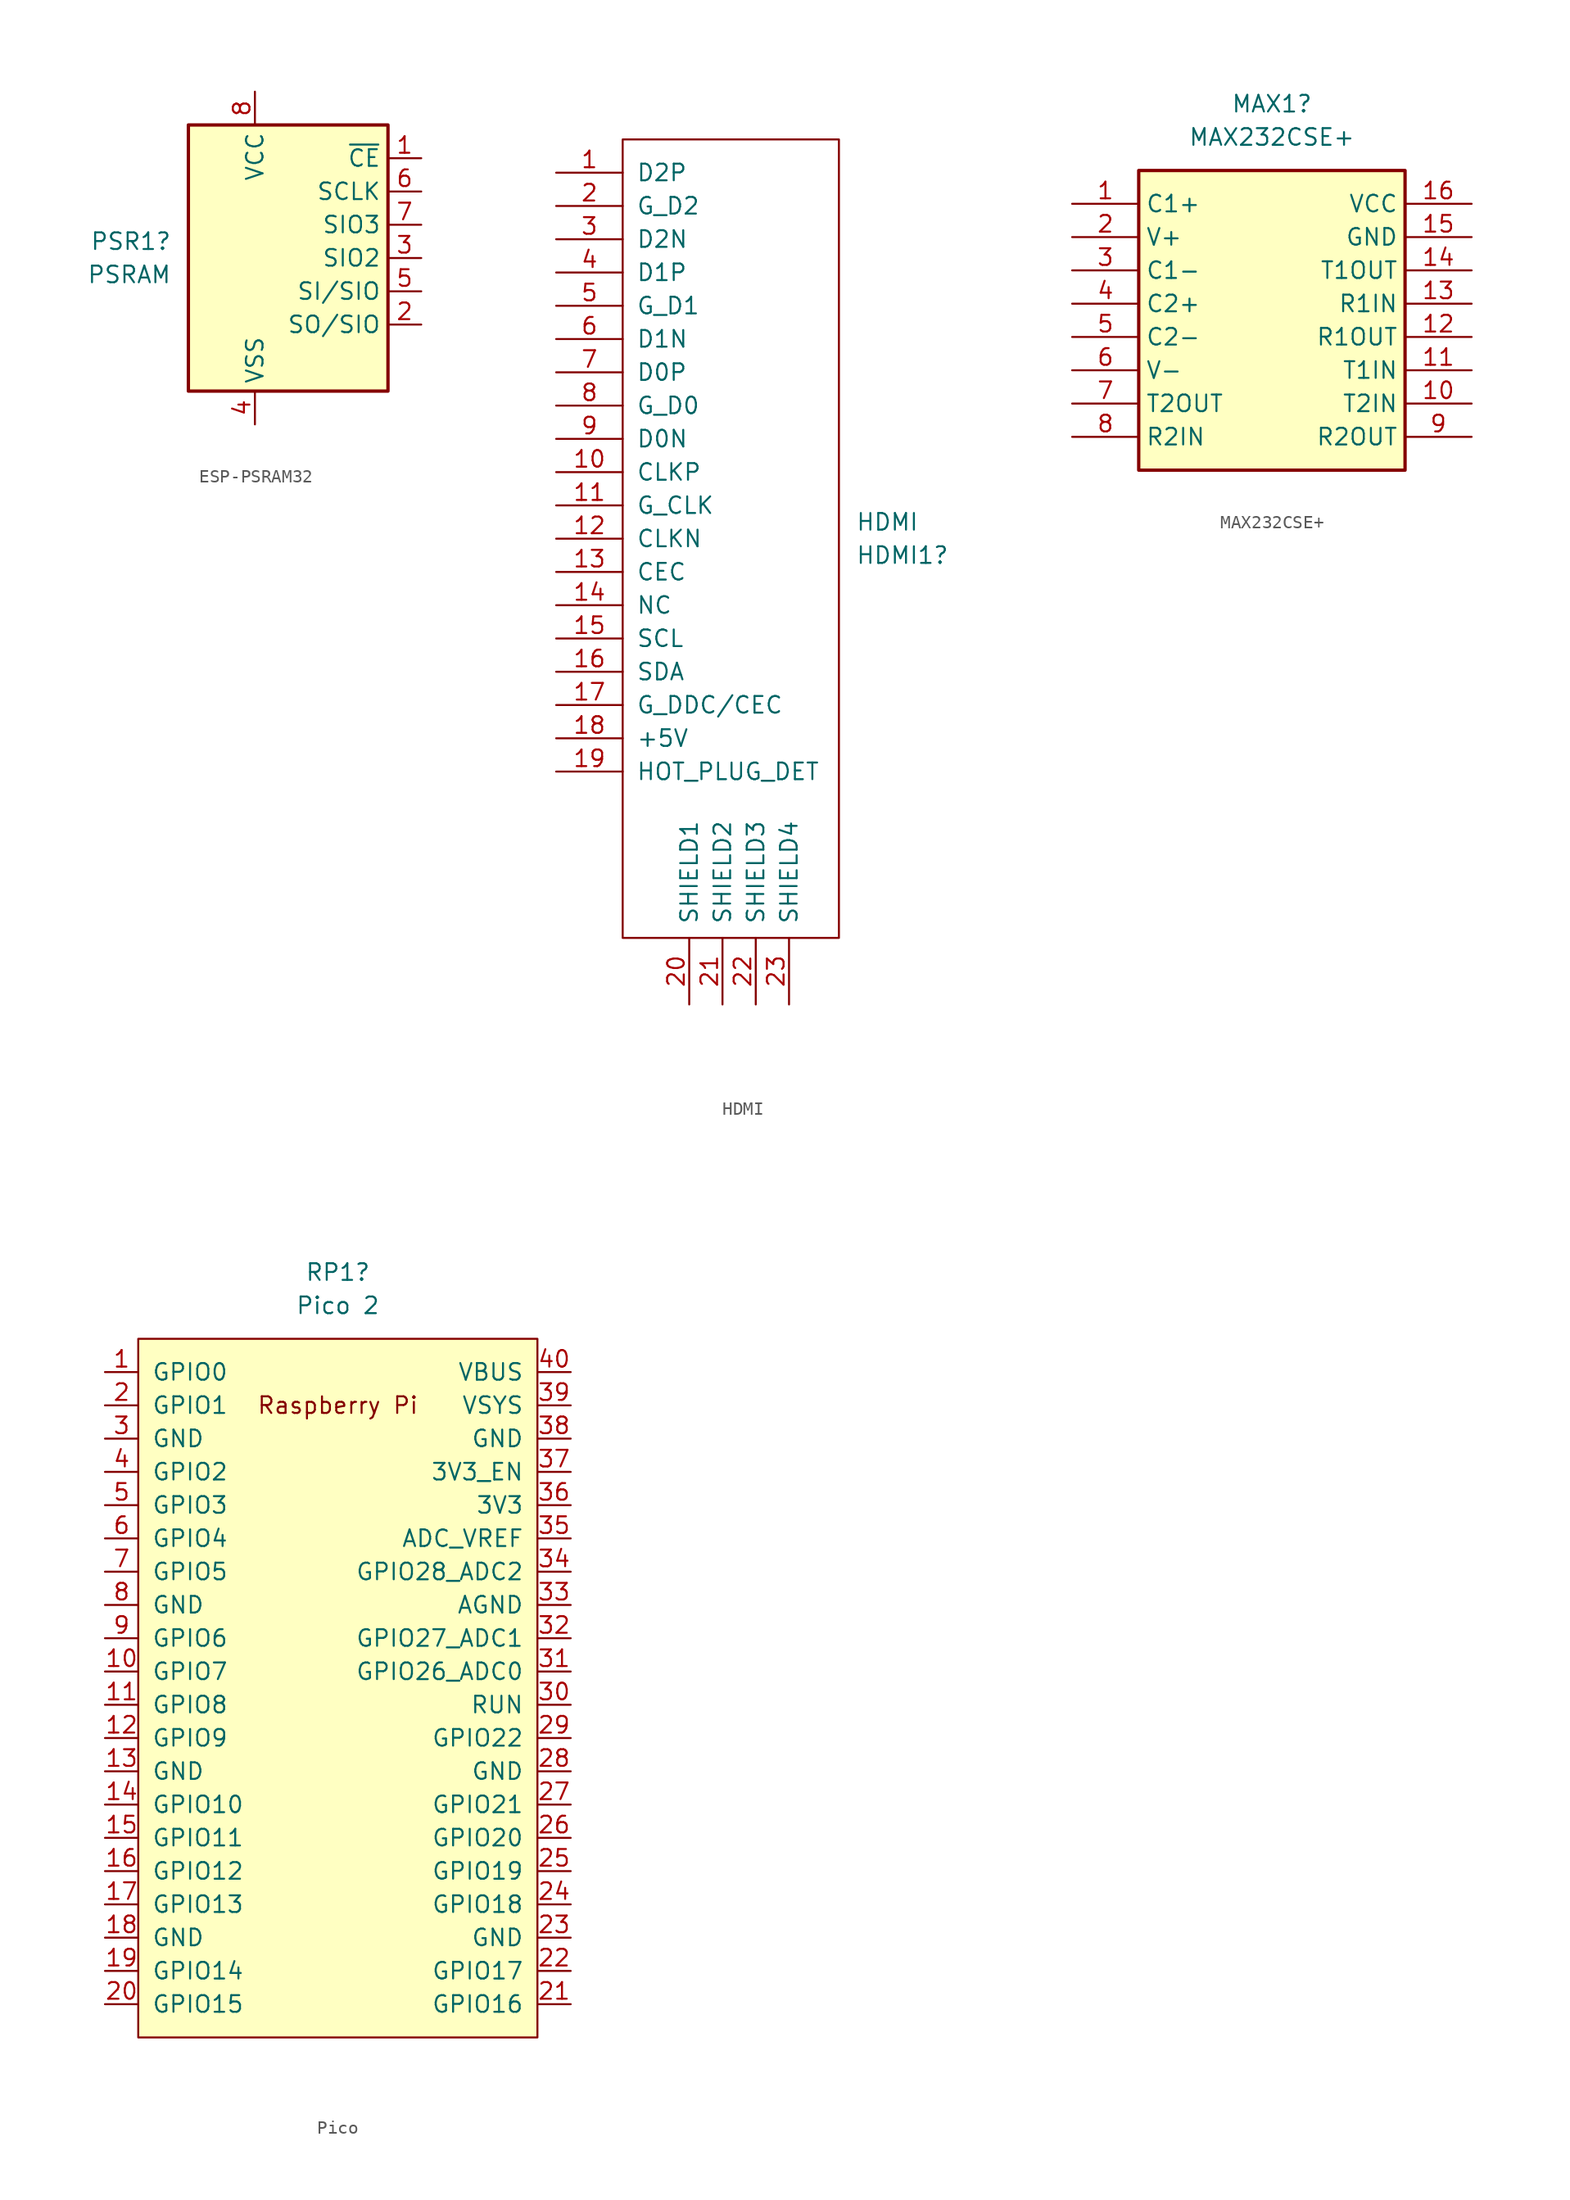
<source format=kicad_sym>
(kicad_symbol_lib
  (version 20241209)
  (generator "kicad_symbol_editor")
  (generator_version "9.0")
  (symbol "ESP-PSRAM32"
    (property "Reference" "PSR1"
      (at -8.89 1.27 0)
      (effects (font (size 1.27 1.27)) (justify right)))
    (property "Value" "PSRAM"
      (at -8.89 -1.27 0)
      (effects (font (size 1.27 1.27)) (justify right)))
    (symbol "ESP-PSRAM32_0_1"
      (rectangle (start -7.62 10.16) (end 7.62 -10.16) (stroke (width 0.254) (type default)) (fill (type background))))
    (symbol "ESP-PSRAM32_1_1"
      (pin power_in line (at -2.54 12.7 270) (length 2.54) (name "VCC" (effects (font (size 1.27 1.27)))) (number "8" (effects (font (size 1.27 1.27)))))
      (pin power_in line (at -2.54 -12.7 90) (length 2.54) (name "VSS" (effects (font (size 1.27 1.27)))) (number "4" (effects (font (size 1.27 1.27)))))
      (pin input line (at 10.16 7.62 180) (length 2.54) (name "~{CE}" (effects (font (size 1.27 1.27)))) (number "1" (effects (font (size 1.27 1.27)))))
      (pin output line (at 10.16 5.08 180) (length 2.54) (name "SCLK" (effects (font (size 1.27 1.27)))) (number "6" (effects (font (size 1.27 1.27)))))
      (pin bidirectional line (at 10.16 2.54 180) (length 2.54) (name "SIO3" (effects (font (size 1.27 1.27)))) (number "7" (effects (font (size 1.27 1.27)))))
      (pin bidirectional line (at 10.16 0 180) (length 2.54) (name "SIO2" (effects (font (size 1.27 1.27)))) (number "3" (effects (font (size 1.27 1.27)))))
      (pin input line (at 10.16 -2.54 180) (length 2.54) (name "SI/SIO" (effects (font (size 1.27 1.27)))) (number "5" (effects (font (size 1.27 1.27)))))
      (pin output line (at 10.16 -5.08 180) (length 2.54) (name "SO/SIO" (effects (font (size 1.27 1.27)))) (number "2" (effects (font (size 1.27 1.27)))))))
  (symbol "HDMI"
    (pin_names
      (offset 1.016))
    (property "Reference" "HDMI1"
      (at 12.7 -16.51 0)
      (effects (font (size 1.27 1.27)) (justify left)))
    (property "Value" "HDMI"
      (at 12.7 -13.97 0)
      (effects (font (size 1.27 1.27)) (justify left)))
    (symbol "HDMI_0_1"
      (rectangle (start -5.08 15.24) (end 11.43 -45.72) (stroke (width 0) (type solid)) (fill (type none))))
    (symbol "HDMI_1_1"
      (pin input line (at -10.16 12.7 0) (length 5.08) (name "D2P" (effects (font (size 1.27 1.27)))) (number "1" (effects (font (size 1.27 1.27)))))
      (pin input line (at -10.16 10.16 0) (length 5.08) (name "G_D2" (effects (font (size 1.27 1.27)))) (number "2" (effects (font (size 1.27 1.27)))))
      (pin input line (at -10.16 7.62 0) (length 5.08) (name "D2N" (effects (font (size 1.27 1.27)))) (number "3" (effects (font (size 1.27 1.27)))))
      (pin input line (at -10.16 5.08 0) (length 5.08) (name "D1P" (effects (font (size 1.27 1.27)))) (number "4" (effects (font (size 1.27 1.27)))))
      (pin input line (at -10.16 2.54 0) (length 5.08) (name "G_D1" (effects (font (size 1.27 1.27)))) (number "5" (effects (font (size 1.27 1.27)))))
      (pin input line (at -10.16 0 0) (length 5.08) (name "D1N" (effects (font (size 1.27 1.27)))) (number "6" (effects (font (size 1.27 1.27)))))
      (pin input line (at -10.16 -2.54 0) (length 5.08) (name "D0P" (effects (font (size 1.27 1.27)))) (number "7" (effects (font (size 1.27 1.27)))))
      (pin input line (at -10.16 -5.08 0) (length 5.08) (name "G_D0" (effects (font (size 1.27 1.27)))) (number "8" (effects (font (size 1.27 1.27)))))
      (pin input line (at -10.16 -7.62 0) (length 5.08) (name "D0N" (effects (font (size 1.27 1.27)))) (number "9" (effects (font (size 1.27 1.27)))))
      (pin input line (at -10.16 -10.16 0) (length 5.08) (name "CLKP" (effects (font (size 1.27 1.27)))) (number "10" (effects (font (size 1.27 1.27)))))
      (pin input line (at -10.16 -12.7 0) (length 5.08) (name "G_CLK" (effects (font (size 1.27 1.27)))) (number "11" (effects (font (size 1.27 1.27)))))
      (pin input line (at -10.16 -15.24 0) (length 5.08) (name "CLKN" (effects (font (size 1.27 1.27)))) (number "12" (effects (font (size 1.27 1.27)))))
      (pin input line (at -10.16 -17.78 0) (length 5.08) (name "CEC" (effects (font (size 1.27 1.27)))) (number "13" (effects (font (size 1.27 1.27)))))
      (pin input line (at -10.16 -20.32 0) (length 5.08) (name "NC" (effects (font (size 1.27 1.27)))) (number "14" (effects (font (size 1.27 1.27)))))
      (pin input line (at -10.16 -22.86 0) (length 5.08) (name "SCL" (effects (font (size 1.27 1.27)))) (number "15" (effects (font (size 1.27 1.27)))))
      (pin input line (at -10.16 -25.4 0) (length 5.08) (name "SDA" (effects (font (size 1.27 1.27)))) (number "16" (effects (font (size 1.27 1.27)))))
      (pin input line (at -10.16 -27.94 0) (length 5.08) (name "G_DDC/CEC" (effects (font (size 1.27 1.27)))) (number "17" (effects (font (size 1.27 1.27)))))
      (pin input line (at -10.16 -30.48 0) (length 5.08) (name "+5V" (effects (font (size 1.27 1.27)))) (number "18" (effects (font (size 1.27 1.27)))))
      (pin input line (at -10.16 -33.02 0) (length 5.08) (name "HOT_PLUG_DET" (effects (font (size 1.27 1.27)))) (number "19" (effects (font (size 1.27 1.27)))))
      (pin input line (at 0 -50.8 90) (length 5.08) (name "SHIELD1" (effects (font (size 1.27 1.27)))) (number "20" (effects (font (size 1.27 1.27)))))
      (pin input line (at 2.54 -50.8 90) (length 5.08) (name "SHIELD2" (effects (font (size 1.27 1.27)))) (number "21" (effects (font (size 1.27 1.27)))))
      (pin input line (at 5.08 -50.8 90) (length 5.08) (name "SHIELD3" (effects (font (size 1.27 1.27)))) (number "22" (effects (font (size 1.27 1.27)))))
      (pin input line (at 7.62 -50.8 90) (length 5.08) (name "SHIELD4" (effects (font (size 1.27 1.27)))) (number "23" (effects (font (size 1.27 1.27)))))))
  (symbol "MAX232CSE+"
    (property "Reference" "MAX1"
      (at 15.24 7.62 0)
      (effects (font (size 1.27 1.27))))
    (property "Value" "MAX232CSE+"
      (at 15.24 5.08 0)
      (effects (font (size 1.27 1.27))))
    (symbol "MAX232CSE+_1_1"
      (rectangle (start 5.08 2.54) (end 25.4 -20.32) (stroke (width 0.254) (type default)) (fill (type background)))
      (pin passive line (at 0 0 0) (length 5.08) (name "C1+" (effects (font (size 1.27 1.27)))) (number "1" (effects (font (size 1.27 1.27)))))
      (pin passive line (at 0 -2.54 0) (length 5.08) (name "V+" (effects (font (size 1.27 1.27)))) (number "2" (effects (font (size 1.27 1.27)))))
      (pin passive line (at 0 -5.08 0) (length 5.08) (name "C1-" (effects (font (size 1.27 1.27)))) (number "3" (effects (font (size 1.27 1.27)))))
      (pin passive line (at 0 -7.62 0) (length 5.08) (name "C2+" (effects (font (size 1.27 1.27)))) (number "4" (effects (font (size 1.27 1.27)))))
      (pin passive line (at 0 -10.16 0) (length 5.08) (name "C2-" (effects (font (size 1.27 1.27)))) (number "5" (effects (font (size 1.27 1.27)))))
      (pin passive line (at 0 -12.7 0) (length 5.08) (name "V-" (effects (font (size 1.27 1.27)))) (number "6" (effects (font (size 1.27 1.27)))))
      (pin passive line (at 0 -15.24 0) (length 5.08) (name "T2OUT" (effects (font (size 1.27 1.27)))) (number "7" (effects (font (size 1.27 1.27)))))
      (pin passive line (at 0 -17.78 0) (length 5.08) (name "R2IN" (effects (font (size 1.27 1.27)))) (number "8" (effects (font (size 1.27 1.27)))))
      (pin passive line (at 30.48 0 180) (length 5.08) (name "VCC" (effects (font (size 1.27 1.27)))) (number "16" (effects (font (size 1.27 1.27)))))
      (pin passive line (at 30.48 -2.54 180) (length 5.08) (name "GND" (effects (font (size 1.27 1.27)))) (number "15" (effects (font (size 1.27 1.27)))))
      (pin passive line (at 30.48 -5.08 180) (length 5.08) (name "T1OUT" (effects (font (size 1.27 1.27)))) (number "14" (effects (font (size 1.27 1.27)))))
      (pin passive line (at 30.48 -7.62 180) (length 5.08) (name "R1IN" (effects (font (size 1.27 1.27)))) (number "13" (effects (font (size 1.27 1.27)))))
      (pin passive line (at 30.48 -10.16 180) (length 5.08) (name "R1OUT" (effects (font (size 1.27 1.27)))) (number "12" (effects (font (size 1.27 1.27)))))
      (pin passive line (at 30.48 -12.7 180) (length 5.08) (name "T1IN" (effects (font (size 1.27 1.27)))) (number "11" (effects (font (size 1.27 1.27)))))
      (pin passive line (at 30.48 -15.24 180) (length 5.08) (name "T2IN" (effects (font (size 1.27 1.27)))) (number "10" (effects (font (size 1.27 1.27)))))
      (pin passive line (at 30.48 -17.78 180) (length 5.08) (name "R2OUT" (effects (font (size 1.27 1.27)))) (number "9" (effects (font (size 1.27 1.27)))))))
  (symbol "Pico"
    (pin_names
      (offset 1.016))
    (property "Reference" "RP1"
      (at 0 31.75 0)
      (effects (font (size 1.27 1.27))))
    (property "Value" "Pico 2"
      (at 0 29.21 0)
      (effects (font (size 1.27 1.27))))
    (symbol "Pico_0_0"
      (text "Raspberry Pi" (at 0 21.59 0) (effects (font (size 1.27 1.27)))))
    (symbol "Pico_0_1"
      (rectangle (start -15.24 26.67) (end 15.24 -26.67) (stroke (width 0) (type solid)) (fill (type background))))
    (symbol "Pico_1_1"
      (pin bidirectional line (at -17.78 24.13 0) (length 2.54) (name "GPIO0" (effects (font (size 1.27 1.27)))) (number "1" (effects (font (size 1.27 1.27)))))
      (pin bidirectional line (at -17.78 21.59 0) (length 2.54) (name "GPIO1" (effects (font (size 1.27 1.27)))) (number "2" (effects (font (size 1.27 1.27)))))
      (pin power_in line (at -17.78 19.05 0) (length 2.54) (name "GND" (effects (font (size 1.27 1.27)))) (number "3" (effects (font (size 1.27 1.27)))))
      (pin bidirectional line (at -17.78 16.51 0) (length 2.54) (name "GPIO2" (effects (font (size 1.27 1.27)))) (number "4" (effects (font (size 1.27 1.27)))))
      (pin bidirectional line (at -17.78 13.97 0) (length 2.54) (name "GPIO3" (effects (font (size 1.27 1.27)))) (number "5" (effects (font (size 1.27 1.27)))))
      (pin bidirectional line (at -17.78 11.43 0) (length 2.54) (name "GPIO4" (effects (font (size 1.27 1.27)))) (number "6" (effects (font (size 1.27 1.27)))))
      (pin bidirectional line (at -17.78 8.89 0) (length 2.54) (name "GPIO5" (effects (font (size 1.27 1.27)))) (number "7" (effects (font (size 1.27 1.27)))))
      (pin power_in line (at -17.78 6.35 0) (length 2.54) (name "GND" (effects (font (size 1.27 1.27)))) (number "8" (effects (font (size 1.27 1.27)))))
      (pin bidirectional line (at -17.78 3.81 0) (length 2.54) (name "GPIO6" (effects (font (size 1.27 1.27)))) (number "9" (effects (font (size 1.27 1.27)))))
      (pin bidirectional line (at -17.78 1.27 0) (length 2.54) (name "GPIO7" (effects (font (size 1.27 1.27)))) (number "10" (effects (font (size 1.27 1.27)))))
      (pin bidirectional line (at -17.78 -1.27 0) (length 2.54) (name "GPIO8" (effects (font (size 1.27 1.27)))) (number "11" (effects (font (size 1.27 1.27)))))
      (pin bidirectional line (at -17.78 -3.81 0) (length 2.54) (name "GPIO9" (effects (font (size 1.27 1.27)))) (number "12" (effects (font (size 1.27 1.27)))))
      (pin power_in line (at -17.78 -6.35 0) (length 2.54) (name "GND" (effects (font (size 1.27 1.27)))) (number "13" (effects (font (size 1.27 1.27)))))
      (pin bidirectional line (at -17.78 -8.89 0) (length 2.54) (name "GPIO10" (effects (font (size 1.27 1.27)))) (number "14" (effects (font (size 1.27 1.27)))))
      (pin bidirectional line (at -17.78 -11.43 0) (length 2.54) (name "GPIO11" (effects (font (size 1.27 1.27)))) (number "15" (effects (font (size 1.27 1.27)))))
      (pin bidirectional line (at -17.78 -13.97 0) (length 2.54) (name "GPIO12" (effects (font (size 1.27 1.27)))) (number "16" (effects (font (size 1.27 1.27)))))
      (pin bidirectional line (at -17.78 -16.51 0) (length 2.54) (name "GPIO13" (effects (font (size 1.27 1.27)))) (number "17" (effects (font (size 1.27 1.27)))))
      (pin power_in line (at -17.78 -19.05 0) (length 2.54) (name "GND" (effects (font (size 1.27 1.27)))) (number "18" (effects (font (size 1.27 1.27)))))
      (pin bidirectional line (at -17.78 -21.59 0) (length 2.54) (name "GPIO14" (effects (font (size 1.27 1.27)))) (number "19" (effects (font (size 1.27 1.27)))))
      (pin bidirectional line (at -17.78 -24.13 0) (length 2.54) (name "GPIO15" (effects (font (size 1.27 1.27)))) (number "20" (effects (font (size 1.27 1.27)))))
      (pin output line (at 17.78 24.13 180) (length 2.54) (name "VBUS" (effects (font (size 1.27 1.27)))) (number "40" (effects (font (size 1.27 1.27)))))
      (pin input line (at 17.78 21.59 180) (length 2.54) (name "VSYS" (effects (font (size 1.27 1.27)))) (number "39" (effects (font (size 1.27 1.27)))))
      (pin bidirectional line (at 17.78 19.05 180) (length 2.54) (name "GND" (effects (font (size 1.27 1.27)))) (number "38" (effects (font (size 1.27 1.27)))))
      (pin input line (at 17.78 16.51 180) (length 2.54) (name "3V3_EN" (effects (font (size 1.27 1.27)))) (number "37" (effects (font (size 1.27 1.27)))))
      (pin output line (at 17.78 13.97 180) (length 2.54) (name "3V3" (effects (font (size 1.27 1.27)))) (number "36" (effects (font (size 1.27 1.27)))))
      (pin unspecified line (at 17.78 11.43 180) (length 2.54) (name "ADC_VREF" (effects (font (size 1.27 1.27)))) (number "35" (effects (font (size 1.27 1.27)))))
      (pin bidirectional line (at 17.78 8.89 180) (length 2.54) (name "GPIO28_ADC2" (effects (font (size 1.27 1.27)))) (number "34" (effects (font (size 1.27 1.27)))))
      (pin power_in line (at 17.78 6.35 180) (length 2.54) (name "AGND" (effects (font (size 1.27 1.27)))) (number "33" (effects (font (size 1.27 1.27)))))
      (pin bidirectional line (at 17.78 3.81 180) (length 2.54) (name "GPIO27_ADC1" (effects (font (size 1.27 1.27)))) (number "32" (effects (font (size 1.27 1.27)))))
      (pin bidirectional line (at 17.78 1.27 180) (length 2.54) (name "GPIO26_ADC0" (effects (font (size 1.27 1.27)))) (number "31" (effects (font (size 1.27 1.27)))))
      (pin input line (at 17.78 -1.27 180) (length 2.54) (name "RUN" (effects (font (size 1.27 1.27)))) (number "30" (effects (font (size 1.27 1.27)))))
      (pin bidirectional line (at 17.78 -3.81 180) (length 2.54) (name "GPIO22" (effects (font (size 1.27 1.27)))) (number "29" (effects (font (size 1.27 1.27)))))
      (pin power_in line (at 17.78 -6.35 180) (length 2.54) (name "GND" (effects (font (size 1.27 1.27)))) (number "28" (effects (font (size 1.27 1.27)))))
      (pin bidirectional line (at 17.78 -8.89 180) (length 2.54) (name "GPIO21" (effects (font (size 1.27 1.27)))) (number "27" (effects (font (size 1.27 1.27)))))
      (pin bidirectional line (at 17.78 -11.43 180) (length 2.54) (name "GPIO20" (effects (font (size 1.27 1.27)))) (number "26" (effects (font (size 1.27 1.27)))))
      (pin bidirectional line (at 17.78 -13.97 180) (length 2.54) (name "GPIO19" (effects (font (size 1.27 1.27)))) (number "25" (effects (font (size 1.27 1.27)))))
      (pin bidirectional line (at 17.78 -16.51 180) (length 2.54) (name "GPIO18" (effects (font (size 1.27 1.27)))) (number "24" (effects (font (size 1.27 1.27)))))
      (pin power_in line (at 17.78 -19.05 180) (length 2.54) (name "GND" (effects (font (size 1.27 1.27)))) (number "23" (effects (font (size 1.27 1.27)))))
      (pin bidirectional line (at 17.78 -21.59 180) (length 2.54) (name "GPIO17" (effects (font (size 1.27 1.27)))) (number "22" (effects (font (size 1.27 1.27)))))
      (pin bidirectional line (at 17.78 -24.13 180) (length 2.54) (name "GPIO16" (effects (font (size 1.27 1.27)))) (number "21" (effects (font (size 1.27 1.27))))))))
</source>
